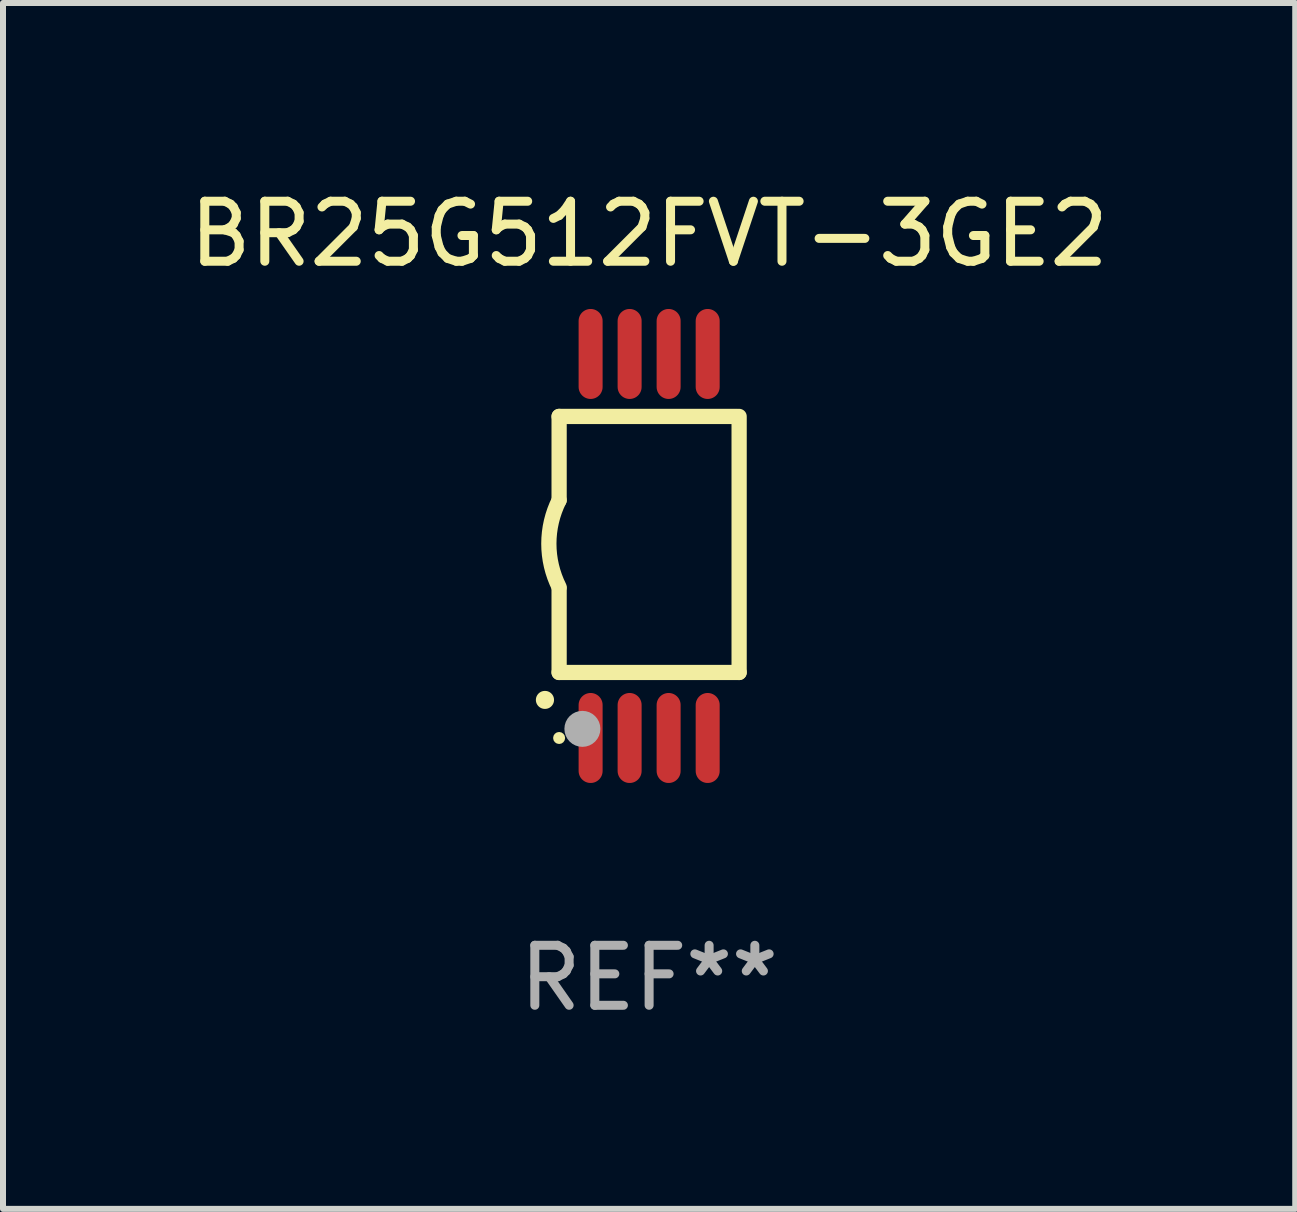
<source format=kicad_pcb>
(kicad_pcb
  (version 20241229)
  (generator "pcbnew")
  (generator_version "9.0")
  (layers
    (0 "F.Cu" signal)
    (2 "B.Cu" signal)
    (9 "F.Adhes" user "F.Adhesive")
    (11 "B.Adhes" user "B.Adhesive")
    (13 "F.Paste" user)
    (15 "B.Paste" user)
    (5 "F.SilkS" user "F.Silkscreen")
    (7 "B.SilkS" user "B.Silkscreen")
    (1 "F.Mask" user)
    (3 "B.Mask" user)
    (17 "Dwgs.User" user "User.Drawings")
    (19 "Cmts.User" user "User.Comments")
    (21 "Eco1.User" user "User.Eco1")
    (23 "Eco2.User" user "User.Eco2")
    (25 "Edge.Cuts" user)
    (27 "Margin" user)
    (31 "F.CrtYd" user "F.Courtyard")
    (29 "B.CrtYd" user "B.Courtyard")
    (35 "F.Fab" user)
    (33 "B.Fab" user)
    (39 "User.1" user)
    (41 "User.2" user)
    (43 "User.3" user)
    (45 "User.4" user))
  (footprint "BR25G512FVT-3GE2"
    (layer "F.Cu")
    (at 7.768 6.049)
    (property "Reference" "BR25G512FVT-3GE2" (at 0 -5.2 0) (layer "F.SilkS") (effects (font (size 1 1) (thickness 0.15))))
    (attr through_hole)
    (fp_line (start -1.5 -0.762) (end -1.5 -2.159) (stroke (width 0.254) (type solid)) (layer "F.SilkS"))
    (fp_line (start -1.5 2.108) (end -1.5 0.711) (stroke (width 0.254) (type solid)) (layer "F.SilkS"))
    (fp_line (start -1.5 2.108) (end 1.5 2.108) (stroke (width 0.254) (type solid)) (layer "F.SilkS"))
    (fp_line (start 1.463 -2.159) (end -1.5 -2.159) (stroke (width 0.254) (type solid)) (layer "F.SilkS"))
    (fp_line (start 1.5 2.108) (end 1.5 -2.159) (stroke (width 0.254) (type solid)) (layer "F.SilkS"))
    (fp_arc (start -1.737287 2.565405) (mid -1.736017 2.5654) (end -1.734747 2.565405) (stroke (width 0.3) (type solid)) (layer "F.SilkS"))
    (fp_arc (start -1.500076 0.685801) (mid -1.670966 -0.0381) (end -1.500076 -0.762002) (stroke (width 0.254001) (type solid)) (layer "F.SilkS"))
    (fp_circle (center -1.5 3.2) (end -1.45 3.2) (stroke (width 0.1) (type solid)) (fill no) (layer "F.SilkS"))
    (fp_circle (center -1.112 3.048) (end -0.962 3.048) (stroke (width 0.3) (type solid)) (fill no) (layer "F.Fab"))
    (fp_text user "REF**" (at 0 7.2 0) (layer "F.Fab") (effects (font (size 1 1) (thickness 0.15))))
    (pad "1" smd oval (at -0.975 3.2 180) (size 0.4 1.5) (layers "F.Cu" "F.Mask" "F.Paste"))
    (pad "2" smd oval (at -0.325 3.2 180) (size 0.4 1.5) (layers "F.Cu" "F.Mask" "F.Paste"))
    (pad "3" smd oval (at 0.325 3.2 180) (size 0.4 1.5) (layers "F.Cu" "F.Mask" "F.Paste"))
    (pad "4" smd oval (at 0.976 3.2 180) (size 0.4 1.5) (layers "F.Cu" "F.Mask" "F.Paste"))
    (pad "5" smd oval (at 0.976 -3.2 180) (size 0.4 1.5) (layers "F.Cu" "F.Mask" "F.Paste"))
    (pad "6" smd oval (at 0.325 -3.2 180) (size 0.4 1.5) (layers "F.Cu" "F.Mask" "F.Paste"))
    (pad "7" smd oval (at -0.325 -3.2 180) (size 0.4 1.5) (layers "F.Cu" "F.Mask" "F.Paste"))
    (pad "8" smd oval (at -0.975 -3.2 180) (size 0.4 1.5) (layers "F.Cu" "F.Mask" "F.Paste")))
  (gr_rect
    (start -3 -3)
    (end 18.536 17.097)
    (stroke (width 0.1) (type default))
    (fill no)
    (layer "Edge.Cuts")))
</source>
